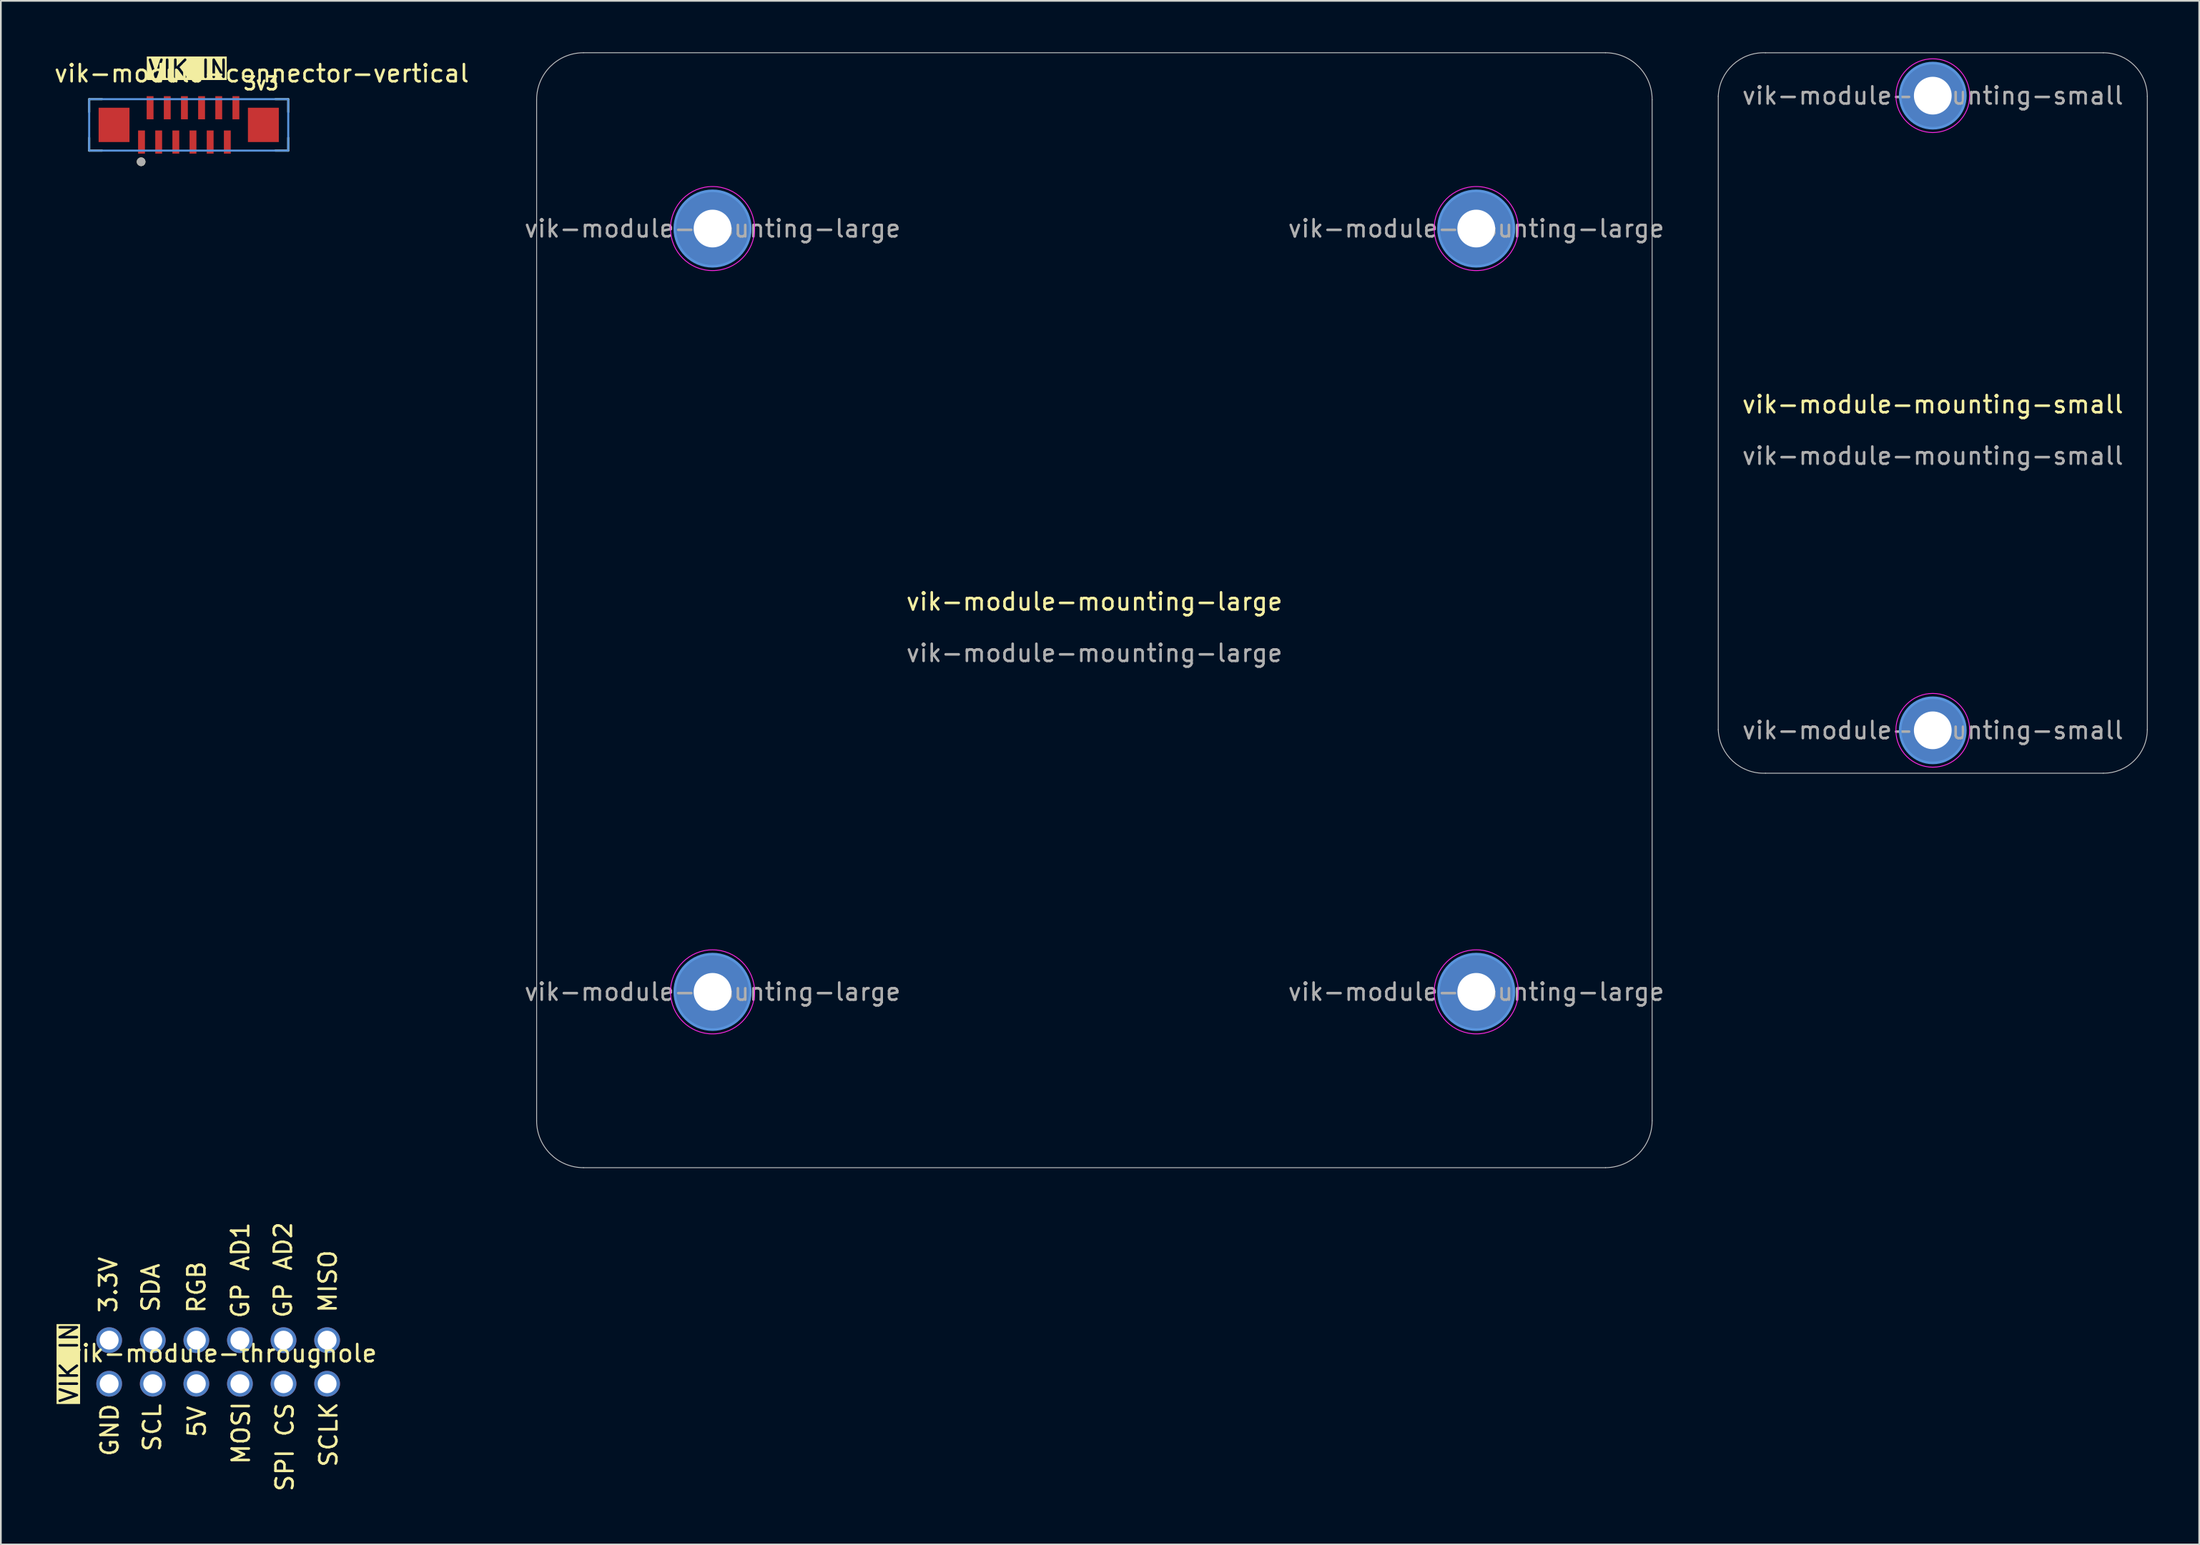
<source format=kicad_pcb>
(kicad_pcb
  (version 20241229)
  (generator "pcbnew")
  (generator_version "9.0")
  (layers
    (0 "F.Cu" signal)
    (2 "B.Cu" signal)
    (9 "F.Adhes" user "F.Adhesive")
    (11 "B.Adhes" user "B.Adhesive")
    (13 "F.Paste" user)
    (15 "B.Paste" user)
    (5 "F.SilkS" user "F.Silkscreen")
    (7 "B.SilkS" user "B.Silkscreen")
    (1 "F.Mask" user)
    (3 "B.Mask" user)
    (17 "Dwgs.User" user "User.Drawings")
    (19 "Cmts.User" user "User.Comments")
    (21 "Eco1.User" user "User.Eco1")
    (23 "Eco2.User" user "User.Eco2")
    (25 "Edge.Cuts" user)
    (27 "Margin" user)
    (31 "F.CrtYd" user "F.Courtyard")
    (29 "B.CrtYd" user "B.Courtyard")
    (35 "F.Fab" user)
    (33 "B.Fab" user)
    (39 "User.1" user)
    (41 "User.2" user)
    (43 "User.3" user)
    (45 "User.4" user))
  (footprint "vik-module-mounting-large"
    (layer "F.Cu")
    (at 60.72 32.525)
    (property "Reference" "vik-module-mounting-large" (at 0 -0.5 0) (unlocked yes) (layer "F.SilkS") (effects (font (size 1 1) (thickness 0.15))))
    (attr through_hole)
    (fp_line (start -32.5 -29.767) (end -32.5 29.768) (stroke (width 0.05) (type solid)) (layer "Dwgs.User"))
    (fp_line (start -29.77 32.5) (end 29.782 32.5) (stroke (width 0.05) (type solid)) (layer "Dwgs.User"))
    (fp_line (start 29.78 -32.5) (end -29.772 -32.5) (stroke (width 0.05) (type solid)) (layer "Dwgs.User"))
    (fp_line (start 32.5 29.76) (end 32.5 -29.768) (stroke (width 0.05) (type solid)) (layer "Dwgs.User"))
    (fp_arc (start -32.5 -29.766797) (mid -31.702065 -31.698385) (end -29.772 -32.5) (stroke (width 0.05) (type solid)) (layer "Dwgs.User"))
    (fp_arc (start -29.772 32.5) (mid -31.701731 31.699193) (end -32.5 29.768411) (stroke (width 0.05) (type solid)) (layer "Dwgs.User"))
    (fp_arc (start 29.779935 -32.5) (mid 31.705698 -31.697549) (end 32.5 -29.768411) (stroke (width 0.05) (type solid)) (layer "Dwgs.User"))
    (fp_arc (start 32.5 29.76) (mid 31.708473 31.692917) (end 29.782 32.5) (stroke (width 0.05) (type solid)) (layer "Dwgs.User"))
    (fp_circle (center -22.25 -22.25) (end -20.05 -22.25) (stroke (width 0.15) (type solid)) (fill no) (layer "Cmts.User"))
    (fp_circle (center -22.25 22.25) (end -20.05 22.25) (stroke (width 0.15) (type solid)) (fill no) (layer "Cmts.User"))
    (fp_circle (center 22.25 -22.25) (end 24.45 -22.25) (stroke (width 0.15) (type solid)) (fill no) (layer "Cmts.User"))
    (fp_circle (center 22.25 22.25) (end 24.45 22.25) (stroke (width 0.15) (type solid)) (fill no) (layer "Cmts.User"))
    (fp_circle (center -22.25 -22.25) (end -19.8 -22.25) (stroke (width 0.05) (type solid)) (fill no) (layer "F.CrtYd"))
    (fp_circle (center -22.25 22.25) (end -19.8 22.25) (stroke (width 0.05) (type solid)) (fill no) (layer "F.CrtYd"))
    (fp_circle (center 22.25 -22.25) (end 24.7 -22.25) (stroke (width 0.05) (type solid)) (fill no) (layer "F.CrtYd"))
    (fp_circle (center 22.25 22.25) (end 24.7 22.25) (stroke (width 0.05) (type solid)) (fill no) (layer "F.CrtYd"))
    (fp_text user "${REFERENCE}" (at 22.25 -22.25 0) (layer "F.Fab") (effects (font (size 1 1) (thickness 0.15))))
    (fp_text user "${REFERENCE}" (at -22.25 -22.25 0) (layer "F.Fab") (effects (font (size 1 1) (thickness 0.15))))
    (fp_text user "${REFERENCE}" (at 22.25 22.25 0) (layer "F.Fab") (effects (font (size 1 1) (thickness 0.15))))
    (fp_text user "${REFERENCE}" (at -22.25 22.25 0) (layer "F.Fab") (effects (font (size 1 1) (thickness 0.15))))
    (fp_text user "${REFERENCE}" (at 0 2.5 0) (unlocked yes) (layer "F.Fab") (effects (font (size 1 1) (thickness 0.15))))
    (pad "1" thru_hole circle (at -22.25 -22.25) (size 4.4 4.4) (drill 2.2) (layers "*.Cu" "*.Mask"))
    (pad "1" thru_hole circle (at -22.25 22.25) (size 4.4 4.4) (drill 2.2) (layers "*.Cu" "*.Mask"))
    (pad "1" thru_hole circle (at 22.25 -22.25) (size 4.4 4.4) (drill 2.2) (layers "*.Cu" "*.Mask"))
    (pad "1" thru_hole circle (at 22.25 22.25) (size 4.4 4.4) (drill 2.2) (layers "*.Cu" "*.Mask")))
  (footprint "vik-module-throughole"
    (layer "F.Cu")
    (at 8.311 76.351)
    (property "Reference" "vik-module-throughole" (at 1.62 -0.5 0) (unlocked yes) (layer "F.SilkS") (effects (font (size 1 1) (thickness 0.15))))
    (attr smd)
    (fp_text user "RGB" (at 0.68 -2.76 90) (unlocked yes) (layer "F.SilkS") (effects (font (size 1 1) (thickness 0.15)) (justify left bottom)))
    (fp_text user "3.3V" (at -4.46 -2.78 90) (unlocked yes) (layer "F.SilkS") (effects (font (size 1 1) (thickness 0.15)) (justify left bottom)))
    (fp_text user "VIK IN" (at -6.75 2.46 90) (unlocked yes) (layer "F.SilkS" knockout) (effects (font (size 1 1) (thickness 0.15)) (justify left bottom)))
    (fp_text user "GP AD2" (at 5.72 -2.48 90) (unlocked yes) (layer "F.SilkS") (effects (font (size 1 1) (thickness 0.15)) (justify left bottom)))
    (fp_text user "SCLK" (at 8.37 6.21 90) (unlocked yes) (layer "F.SilkS") (effects (font (size 1 1) (thickness 0.15)) (justify left bottom)))
    (fp_text user "SPI CS" (at 5.82 7.64 90) (unlocked yes) (layer "F.SilkS") (effects (font (size 1 1) (thickness 0.15)) (justify left bottom)))
    (fp_text user "SDA" (at -1.99 -2.82 90) (unlocked yes) (layer "F.SilkS") (effects (font (size 1 1) (thickness 0.15)) (justify left bottom)))
    (fp_text user "MOSI" (at 3.27 6.05 90) (unlocked yes) (layer "F.SilkS") (effects (font (size 1 1) (thickness 0.15)) (justify left bottom)))
    (fp_text user "SCL" (at -1.91 5.31 90) (unlocked yes) (layer "F.SilkS") (effects (font (size 1 1) (thickness 0.15)) (justify left bottom)))
    (fp_text user "GND" (at -4.38 5.59 90) (unlocked yes) (layer "F.SilkS") (effects (font (size 1 1) (thickness 0.15)) (justify left bottom)))
    (fp_text user "5V" (at 0.7 4.48 90) (unlocked yes) (layer "F.SilkS") (effects (font (size 1 1) (thickness 0.15)) (justify left bottom)))
    (fp_text user "MISO" (at 8.33 -2.79 90) (unlocked yes) (layer "F.SilkS") (effects (font (size 1 1) (thickness 0.15)) (justify left bottom)))
    (fp_text user "GP AD1" (at 3.23 -2.46 90) (unlocked yes) (layer "F.SilkS") (effects (font (size 1 1) (thickness 0.15)) (justify left bottom)))
    (pad "1" thru_hole circle (at 7.7 1.27) (size 1.5 1.5) (drill 1.1) (layers "*.Cu" "*.Mask"))
    (pad "2" thru_hole circle (at 7.7 -1.27) (size 1.5 1.5) (drill 1.1) (layers "*.Cu" "*.Mask"))
    (pad "3" thru_hole circle (at 5.16 1.27) (size 1.5 1.5) (drill 1.1) (layers "*.Cu" "*.Mask"))
    (pad "4" thru_hole circle (at 5.16 -1.27) (size 1.5 1.5) (drill 1.1) (layers "*.Cu" "*.Mask"))
    (pad "5" thru_hole circle (at 2.62 1.27) (size 1.5 1.5) (drill 1.1) (layers "*.Cu" "*.Mask"))
    (pad "6" thru_hole circle (at 2.62 -1.27) (size 1.5 1.5) (drill 1.1) (layers "*.Cu" "*.Mask"))
    (pad "7" thru_hole circle (at 0.08 1.27) (size 1.5 1.5) (drill 1.1) (layers "*.Cu" "*.Mask"))
    (pad "8" thru_hole circle (at 0.08 -1.27) (size 1.5 1.5) (drill 1.1) (layers "*.Cu" "*.Mask"))
    (pad "9" thru_hole circle (at -2.46 1.27) (size 1.5 1.5) (drill 1.1) (layers "*.Cu" "*.Mask"))
    (pad "10" thru_hole circle (at -2.46 -1.27) (size 1.5 1.5) (drill 1.1) (layers "*.Cu" "*.Mask"))
    (pad "11" thru_hole circle (at -5 1.27) (size 1.5 1.5) (drill 1.1) (layers "*.Cu" "*.Mask"))
    (pad "12" thru_hole circle (at -5 -1.27) (size 1.5 1.5) (drill 1.1) (layers "*.Cu" "*.Mask")))
  (footprint "vik-module-mounting-small"
    (layer "F.Cu")
    (at 109.573 21.027)
    (property "Reference" "vik-module-mounting-small" (at 0 -0.5 0) (unlocked yes) (layer "F.SilkS") (effects (font (size 1 1) (thickness 0.15))))
    (attr through_hole)
    (fp_line (start -12.5 -18.46) (end -12.5 18.46) (stroke (width 0.05) (type solid)) (layer "Dwgs.User"))
    (fp_line (start -9.75 21) (end 9.94 21) (stroke (width 0.05) (type solid)) (layer "Dwgs.User"))
    (fp_line (start 9.94 -21) (end -9.75 -21) (stroke (width 0.05) (type solid)) (layer "Dwgs.User"))
    (fp_line (start 12.5 18.46) (end 12.5 -18.46) (stroke (width 0.05) (type solid)) (layer "Dwgs.User"))
    (fp_arc (start -12.5 -18.46) (mid -11.651051 -20.299544) (end -9.75 -21) (stroke (width 0.05) (type solid)) (layer "Dwgs.User"))
    (fp_arc (start -9.75 21) (mid -11.651051 20.299544) (end -12.5 18.46) (stroke (width 0.05) (type solid)) (layer "Dwgs.User"))
    (fp_arc (start 9.94 -21) (mid 11.746051 -20.260193) (end 12.5 -18.46) (stroke (width 0.05) (type solid)) (layer "Dwgs.User"))
    (fp_arc (start 12.5 18.46) (mid 11.746051 20.260193) (end 9.94 21) (stroke (width 0.05) (type solid)) (layer "Dwgs.User"))
    (fp_circle (center 0 -18.5) (end 1.9 -18.5) (stroke (width 0.15) (type solid)) (fill no) (layer "Cmts.User"))
    (fp_circle (center 0 18.5) (end 1.9 18.5) (stroke (width 0.15) (type solid)) (fill no) (layer "Cmts.User"))
    (fp_circle (center 0 -18.5) (end 2.15 -18.5) (stroke (width 0.05) (type solid)) (fill no) (layer "F.CrtYd"))
    (fp_circle (center 0 18.5) (end 2.15 18.5) (stroke (width 0.05) (type solid)) (fill no) (layer "F.CrtYd"))
    (fp_text user "${REFERENCE}" (at 0 18.5 0) (layer "F.Fab") (effects (font (size 1 1) (thickness 0.15))))
    (fp_text user "${REFERENCE}" (at 0 2.5 0) (unlocked yes) (layer "F.Fab") (effects (font (size 1 1) (thickness 0.15))))
    (fp_text user "${REFERENCE}" (at 0 -18.5 0) (layer "F.Fab") (effects (font (size 1 1) (thickness 0.15))))
    (pad "1" thru_hole circle (at 0 -18.5) (size 3.8 3.8) (drill 2.2) (layers "*.Cu" "*.Mask"))
    (pad "1" thru_hole circle (at 0 18.5) (size 3.8 3.8) (drill 2.2) (layers "*.Cu" "*.Mask")))
  (footprint "vik-module-connector-vertical"
    (layer "F.Cu")
    (at 7.946 4.231)
    (property "Reference" "vik-module-connector-vertical" (at 4.25 -3 0) (unlocked yes) (layer "F.SilkS") (effects (font (size 1 1) (thickness 0.15))))
    (attr smd)
    (fp_line (start -5.8 -1.5) (end -5.8 -0.75) (stroke (width 0.12) (type default)) (layer "F.SilkS"))
    (fp_line (start -5.8 -1.5) (end -5.05 -1.5) (stroke (width 0.12) (type default)) (layer "F.SilkS"))
    (fp_line (start -5.8 1.5) (end -5.8 0.75) (stroke (width 0.12) (type default)) (layer "F.SilkS"))
    (fp_line (start -5.8 1.5) (end -5.05 1.5) (stroke (width 0.12) (type default)) (layer "F.SilkS"))
    (fp_line (start 5.8 -1.5) (end 5.05 -1.5) (stroke (width 0.12) (type default)) (layer "F.SilkS"))
    (fp_line (start 5.8 -1.5) (end 5.8 -0.75) (stroke (width 0.12) (type default)) (layer "F.SilkS"))
    (fp_line (start 5.8 1.5) (end 5.05 1.5) (stroke (width 0.12) (type default)) (layer "F.SilkS"))
    (fp_line (start 5.8 1.5) (end 5.8 0.75) (stroke (width 0.12) (type default)) (layer "F.SilkS"))
    (fp_circle (center -2.773 2.15) (end -2.646 2.15) (stroke (width 0.254) (type solid)) (fill no) (layer "F.SilkS"))
    (fp_rect (start -5.8 -1.5) (end 5.8 1.5) (stroke (width 0.12) (type default)) (fill no) (layer "Cmts.User"))
    (fp_circle (center -2.773 2.15) (end -2.646 2.15) (stroke (width 0.254) (type solid)) (fill no) (layer "F.Fab"))
    (fp_text user "3v3" (at 3.12 -1.98 0) (unlocked yes) (layer "F.SilkS") (effects (font (size 0.75 0.75) (thickness 0.15)) (justify left bottom)))
    (fp_text user "VIK IN" (at -2.45 -2.67 0) (unlocked yes) (layer "F.SilkS" knockout) (effects (font (size 1 1) (thickness 0.15)) (justify left bottom)))
    (fp_text user " C262499" (at -4 3.75 0) (unlocked yes) (layer "User.2") (effects (font (size 1 1) (thickness 0.15)) (justify left bottom)))
    (pad "" smd rect (at -4.35 0) (size 1.8 2) (layers "F.Cu" "F.Mask" "F.Paste"))
    (pad "" smd rect (at 4.35 0) (size 1.8 2) (layers "F.Cu" "F.Mask" "F.Paste"))
    (pad "1" smd rect (at -2.75 1) (size 0.4 1.35) (layers "F.Cu" "F.Mask" "F.Paste"))
    (pad "2" smd rect (at -2.25 -1) (size 0.4 1.35) (layers "F.Cu" "F.Mask" "F.Paste"))
    (pad "3" smd rect (at -1.75 1) (size 0.4 1.35) (layers "F.Cu" "F.Mask" "F.Paste"))
    (pad "4" smd rect (at -1.25 -1) (size 0.4 1.35) (layers "F.Cu" "F.Mask" "F.Paste"))
    (pad "5" smd rect (at -0.75 1) (size 0.4 1.35) (layers "F.Cu" "F.Mask" "F.Paste"))
    (pad "6" smd rect (at -0.25 -1) (size 0.4 1.35) (layers "F.Cu" "F.Mask" "F.Paste"))
    (pad "7" smd rect (at 0.25 1) (size 0.4 1.35) (layers "F.Cu" "F.Mask" "F.Paste"))
    (pad "8" smd rect (at 0.75 -1) (size 0.4 1.35) (layers "F.Cu" "F.Mask" "F.Paste"))
    (pad "9" smd rect (at 1.25 1) (size 0.4 1.35) (layers "F.Cu" "F.Mask" "F.Paste"))
    (pad "10" smd rect (at 1.75 -1) (size 0.4 1.35) (layers "F.Cu" "F.Mask" "F.Paste"))
    (pad "11" smd rect (at 2.25 1) (size 0.4 1.35) (layers "F.Cu" "F.Mask" "F.Paste"))
    (pad "12" smd rect (at 2.75 -1) (size 0.4 1.35) (layers "F.Cu" "F.Mask" "F.Paste")))
  (gr_rect
    (start -3 -3)
    (end 125.098 86.991)
    (stroke (width 0.1) (type default))
    (fill no)
    (layer "Edge.Cuts")))
</source>
